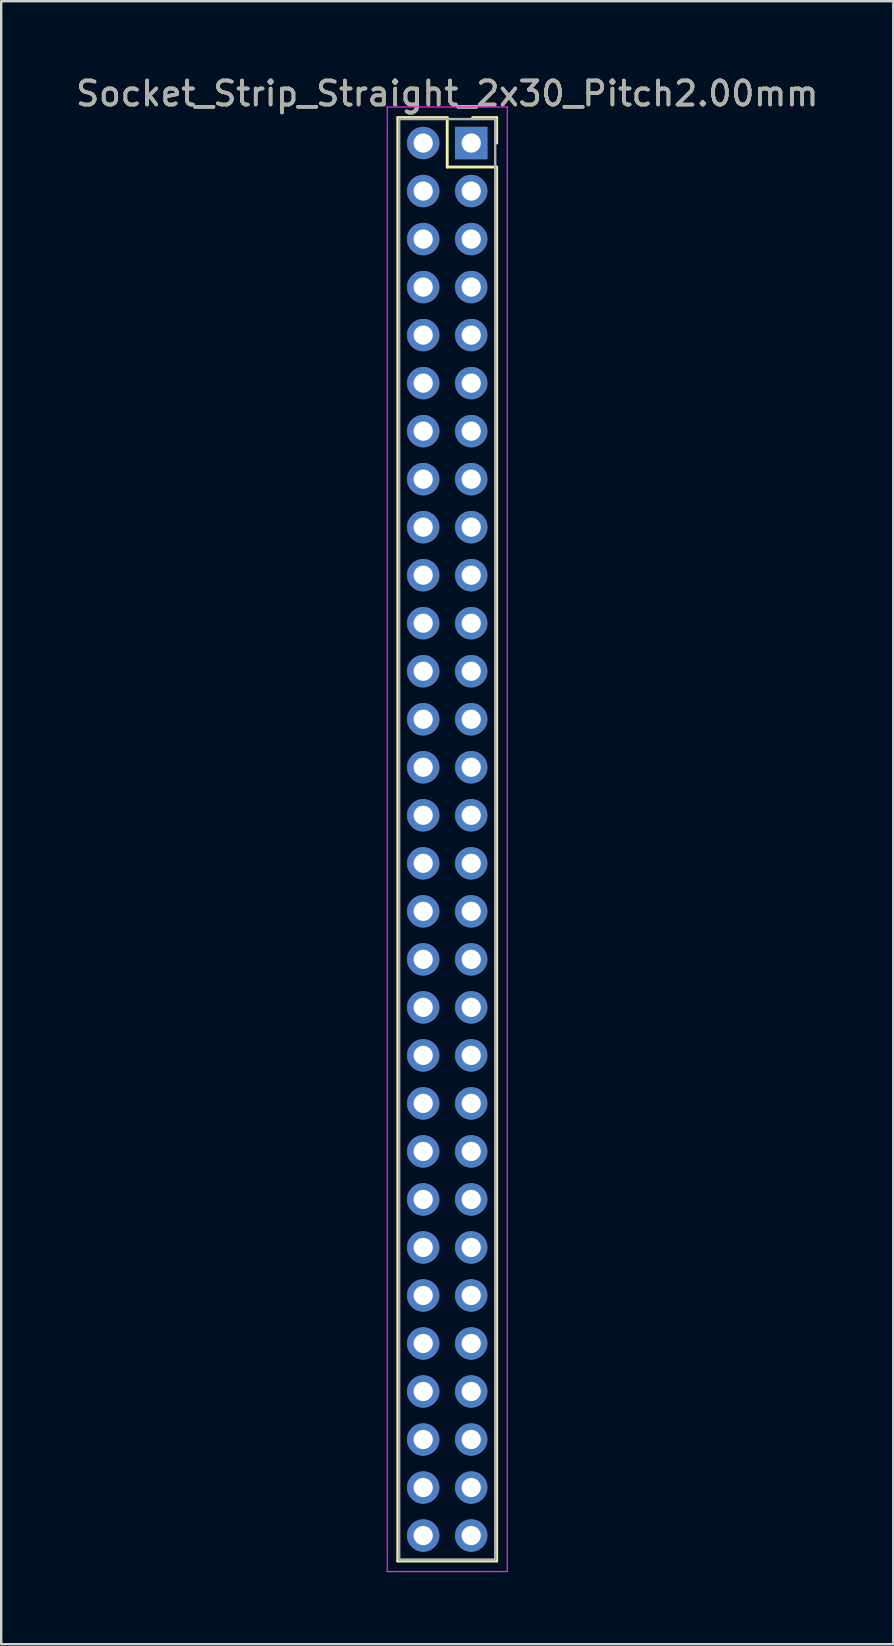
<source format=kicad_pcb>
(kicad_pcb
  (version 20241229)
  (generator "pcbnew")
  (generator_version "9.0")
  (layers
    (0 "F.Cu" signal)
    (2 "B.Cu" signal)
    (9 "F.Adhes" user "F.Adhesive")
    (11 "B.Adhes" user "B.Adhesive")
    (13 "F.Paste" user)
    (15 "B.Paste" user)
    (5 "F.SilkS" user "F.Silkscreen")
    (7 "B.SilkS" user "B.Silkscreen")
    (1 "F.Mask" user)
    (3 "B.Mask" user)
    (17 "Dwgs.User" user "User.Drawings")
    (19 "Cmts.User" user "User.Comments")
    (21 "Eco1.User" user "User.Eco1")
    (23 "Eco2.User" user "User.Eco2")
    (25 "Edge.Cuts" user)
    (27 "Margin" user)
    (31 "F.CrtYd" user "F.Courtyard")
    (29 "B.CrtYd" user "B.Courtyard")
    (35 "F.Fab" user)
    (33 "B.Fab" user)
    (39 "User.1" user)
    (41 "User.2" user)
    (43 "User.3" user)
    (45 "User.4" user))
  (footprint "Socket_Strip_Straight_2x30_Pitch2.00mm"
    (layer "F.Cu")
    (at 16.577 2.908)
    (property "Reference" "Socket_Strip_Straight_2x30_Pitch2.00mm" (at -1 -2.06 0) (layer "F.SilkS") (effects (font (size 1 1) (thickness 0.15))))
    (attr through_hole)
    (fp_line (start -3.06 -1.06) (end -1 -1.06) (stroke (width 0.12) (type solid)) (layer "F.SilkS"))
    (fp_line (start -3.06 59.06) (end -3.06 -1.06) (stroke (width 0.12) (type solid)) (layer "F.SilkS"))
    (fp_line (start -1 -1.06) (end -1 1) (stroke (width 0.12) (type solid)) (layer "F.SilkS"))
    (fp_line (start -1 1) (end 1.06 1) (stroke (width 0.12) (type solid)) (layer "F.SilkS"))
    (fp_line (start 1.06 -1.06) (end 0.06 -1.06) (stroke (width 0.12) (type solid)) (layer "F.SilkS"))
    (fp_line (start 1.06 0) (end 1.06 -1.06) (stroke (width 0.12) (type solid)) (layer "F.SilkS"))
    (fp_line (start 1.06 1) (end 1.06 59.06) (stroke (width 0.12) (type solid)) (layer "F.SilkS"))
    (fp_line (start 1.06 59.06) (end -3.06 59.06) (stroke (width 0.12) (type solid)) (layer "F.SilkS"))
    (fp_line (start -3.5 -1.5) (end -3.5 59.5) (stroke (width 0.05) (type solid)) (layer "F.CrtYd"))
    (fp_line (start -3.5 59.5) (end 1.5 59.5) (stroke (width 0.05) (type solid)) (layer "F.CrtYd"))
    (fp_line (start 1.5 -1.5) (end -3.5 -1.5) (stroke (width 0.05) (type solid)) (layer "F.CrtYd"))
    (fp_line (start 1.5 59.5) (end 1.5 -1.5) (stroke (width 0.05) (type solid)) (layer "F.CrtYd"))
    (fp_line (start -3 -1) (end -3 59) (stroke (width 0.1) (type solid)) (layer "F.Fab"))
    (fp_line (start -3 59) (end 1 59) (stroke (width 0.1) (type solid)) (layer "F.Fab"))
    (fp_line (start 1 -1) (end -3 -1) (stroke (width 0.1) (type solid)) (layer "F.Fab"))
    (fp_line (start 1 59) (end 1 -1) (stroke (width 0.1) (type solid)) (layer "F.Fab"))
    (fp_text user "${REFERENCE}" (at -1 -2.06 0) (layer "F.Fab") (effects (font (size 1 1) (thickness 0.15))))
    (pad "1" thru_hole rect (at 0 0) (size 1.35 1.35) (drill 0.8) (layers "*.Cu" "*.Mask"))
    (pad "2" thru_hole oval (at -2 0) (size 1.35 1.35) (drill 0.8) (layers "*.Cu" "*.Mask"))
    (pad "3" thru_hole oval (at 0 2) (size 1.35 1.35) (drill 0.8) (layers "*.Cu" "*.Mask"))
    (pad "4" thru_hole oval (at -2 2) (size 1.35 1.35) (drill 0.8) (layers "*.Cu" "*.Mask"))
    (pad "5" thru_hole oval (at 0 4) (size 1.35 1.35) (drill 0.8) (layers "*.Cu" "*.Mask"))
    (pad "6" thru_hole oval (at -2 4) (size 1.35 1.35) (drill 0.8) (layers "*.Cu" "*.Mask"))
    (pad "7" thru_hole oval (at 0 6) (size 1.35 1.35) (drill 0.8) (layers "*.Cu" "*.Mask"))
    (pad "8" thru_hole oval (at -2 6) (size 1.35 1.35) (drill 0.8) (layers "*.Cu" "*.Mask"))
    (pad "9" thru_hole oval (at 0 8) (size 1.35 1.35) (drill 0.8) (layers "*.Cu" "*.Mask"))
    (pad "10" thru_hole oval (at -2 8) (size 1.35 1.35) (drill 0.8) (layers "*.Cu" "*.Mask"))
    (pad "11" thru_hole oval (at 0 10) (size 1.35 1.35) (drill 0.8) (layers "*.Cu" "*.Mask"))
    (pad "12" thru_hole oval (at -2 10) (size 1.35 1.35) (drill 0.8) (layers "*.Cu" "*.Mask"))
    (pad "13" thru_hole oval (at 0 12) (size 1.35 1.35) (drill 0.8) (layers "*.Cu" "*.Mask"))
    (pad "14" thru_hole oval (at -2 12) (size 1.35 1.35) (drill 0.8) (layers "*.Cu" "*.Mask"))
    (pad "15" thru_hole oval (at 0 14) (size 1.35 1.35) (drill 0.8) (layers "*.Cu" "*.Mask"))
    (pad "16" thru_hole oval (at -2 14) (size 1.35 1.35) (drill 0.8) (layers "*.Cu" "*.Mask"))
    (pad "17" thru_hole oval (at 0 16) (size 1.35 1.35) (drill 0.8) (layers "*.Cu" "*.Mask"))
    (pad "18" thru_hole oval (at -2 16) (size 1.35 1.35) (drill 0.8) (layers "*.Cu" "*.Mask"))
    (pad "19" thru_hole oval (at 0 18) (size 1.35 1.35) (drill 0.8) (layers "*.Cu" "*.Mask"))
    (pad "20" thru_hole oval (at -2 18) (size 1.35 1.35) (drill 0.8) (layers "*.Cu" "*.Mask"))
    (pad "21" thru_hole oval (at 0 20) (size 1.35 1.35) (drill 0.8) (layers "*.Cu" "*.Mask"))
    (pad "22" thru_hole oval (at -2 20) (size 1.35 1.35) (drill 0.8) (layers "*.Cu" "*.Mask"))
    (pad "23" thru_hole oval (at 0 22) (size 1.35 1.35) (drill 0.8) (layers "*.Cu" "*.Mask"))
    (pad "24" thru_hole oval (at -2 22) (size 1.35 1.35) (drill 0.8) (layers "*.Cu" "*.Mask"))
    (pad "25" thru_hole oval (at 0 24) (size 1.35 1.35) (drill 0.8) (layers "*.Cu" "*.Mask"))
    (pad "26" thru_hole oval (at -2 24) (size 1.35 1.35) (drill 0.8) (layers "*.Cu" "*.Mask"))
    (pad "27" thru_hole oval (at 0 26) (size 1.35 1.35) (drill 0.8) (layers "*.Cu" "*.Mask"))
    (pad "28" thru_hole oval (at -2 26) (size 1.35 1.35) (drill 0.8) (layers "*.Cu" "*.Mask"))
    (pad "29" thru_hole oval (at 0 28) (size 1.35 1.35) (drill 0.8) (layers "*.Cu" "*.Mask"))
    (pad "30" thru_hole oval (at -2 28) (size 1.35 1.35) (drill 0.8) (layers "*.Cu" "*.Mask"))
    (pad "31" thru_hole oval (at 0 30) (size 1.35 1.35) (drill 0.8) (layers "*.Cu" "*.Mask"))
    (pad "32" thru_hole oval (at -2 30) (size 1.35 1.35) (drill 0.8) (layers "*.Cu" "*.Mask"))
    (pad "33" thru_hole oval (at 0 32) (size 1.35 1.35) (drill 0.8) (layers "*.Cu" "*.Mask"))
    (pad "34" thru_hole oval (at -2 32) (size 1.35 1.35) (drill 0.8) (layers "*.Cu" "*.Mask"))
    (pad "35" thru_hole oval (at 0 34) (size 1.35 1.35) (drill 0.8) (layers "*.Cu" "*.Mask"))
    (pad "36" thru_hole oval (at -2 34) (size 1.35 1.35) (drill 0.8) (layers "*.Cu" "*.Mask"))
    (pad "37" thru_hole oval (at 0 36) (size 1.35 1.35) (drill 0.8) (layers "*.Cu" "*.Mask"))
    (pad "38" thru_hole oval (at -2 36) (size 1.35 1.35) (drill 0.8) (layers "*.Cu" "*.Mask"))
    (pad "39" thru_hole oval (at 0 38) (size 1.35 1.35) (drill 0.8) (layers "*.Cu" "*.Mask"))
    (pad "40" thru_hole oval (at -2 38) (size 1.35 1.35) (drill 0.8) (layers "*.Cu" "*.Mask"))
    (pad "41" thru_hole oval (at 0 40) (size 1.35 1.35) (drill 0.8) (layers "*.Cu" "*.Mask"))
    (pad "42" thru_hole oval (at -2 40) (size 1.35 1.35) (drill 0.8) (layers "*.Cu" "*.Mask"))
    (pad "43" thru_hole oval (at 0 42) (size 1.35 1.35) (drill 0.8) (layers "*.Cu" "*.Mask"))
    (pad "44" thru_hole oval (at -2 42) (size 1.35 1.35) (drill 0.8) (layers "*.Cu" "*.Mask"))
    (pad "45" thru_hole oval (at 0 44) (size 1.35 1.35) (drill 0.8) (layers "*.Cu" "*.Mask"))
    (pad "46" thru_hole oval (at -2 44) (size 1.35 1.35) (drill 0.8) (layers "*.Cu" "*.Mask"))
    (pad "47" thru_hole oval (at 0 46) (size 1.35 1.35) (drill 0.8) (layers "*.Cu" "*.Mask"))
    (pad "48" thru_hole oval (at -2 46) (size 1.35 1.35) (drill 0.8) (layers "*.Cu" "*.Mask"))
    (pad "49" thru_hole oval (at 0 48) (size 1.35 1.35) (drill 0.8) (layers "*.Cu" "*.Mask"))
    (pad "50" thru_hole oval (at -2 48) (size 1.35 1.35) (drill 0.8) (layers "*.Cu" "*.Mask"))
    (pad "51" thru_hole oval (at 0 50) (size 1.35 1.35) (drill 0.8) (layers "*.Cu" "*.Mask"))
    (pad "52" thru_hole oval (at -2 50) (size 1.35 1.35) (drill 0.8) (layers "*.Cu" "*.Mask"))
    (pad "53" thru_hole oval (at 0 52) (size 1.35 1.35) (drill 0.8) (layers "*.Cu" "*.Mask"))
    (pad "54" thru_hole oval (at -2 52) (size 1.35 1.35) (drill 0.8) (layers "*.Cu" "*.Mask"))
    (pad "55" thru_hole oval (at 0 54) (size 1.35 1.35) (drill 0.8) (layers "*.Cu" "*.Mask"))
    (pad "56" thru_hole oval (at -2 54) (size 1.35 1.35) (drill 0.8) (layers "*.Cu" "*.Mask"))
    (pad "57" thru_hole oval (at 0 56) (size 1.35 1.35) (drill 0.8) (layers "*.Cu" "*.Mask"))
    (pad "58" thru_hole oval (at -2 56) (size 1.35 1.35) (drill 0.8) (layers "*.Cu" "*.Mask"))
    (pad "59" thru_hole oval (at 0 58) (size 1.35 1.35) (drill 0.8) (layers "*.Cu" "*.Mask"))
    (pad "60" thru_hole oval (at -2 58) (size 1.35 1.35) (drill 0.8) (layers "*.Cu" "*.Mask")))
  (gr_rect
    (start -3 -3)
    (end 34.155 65.433)
    (stroke (width 0.1) (type default))
    (fill no)
    (layer "Edge.Cuts")))
</source>
